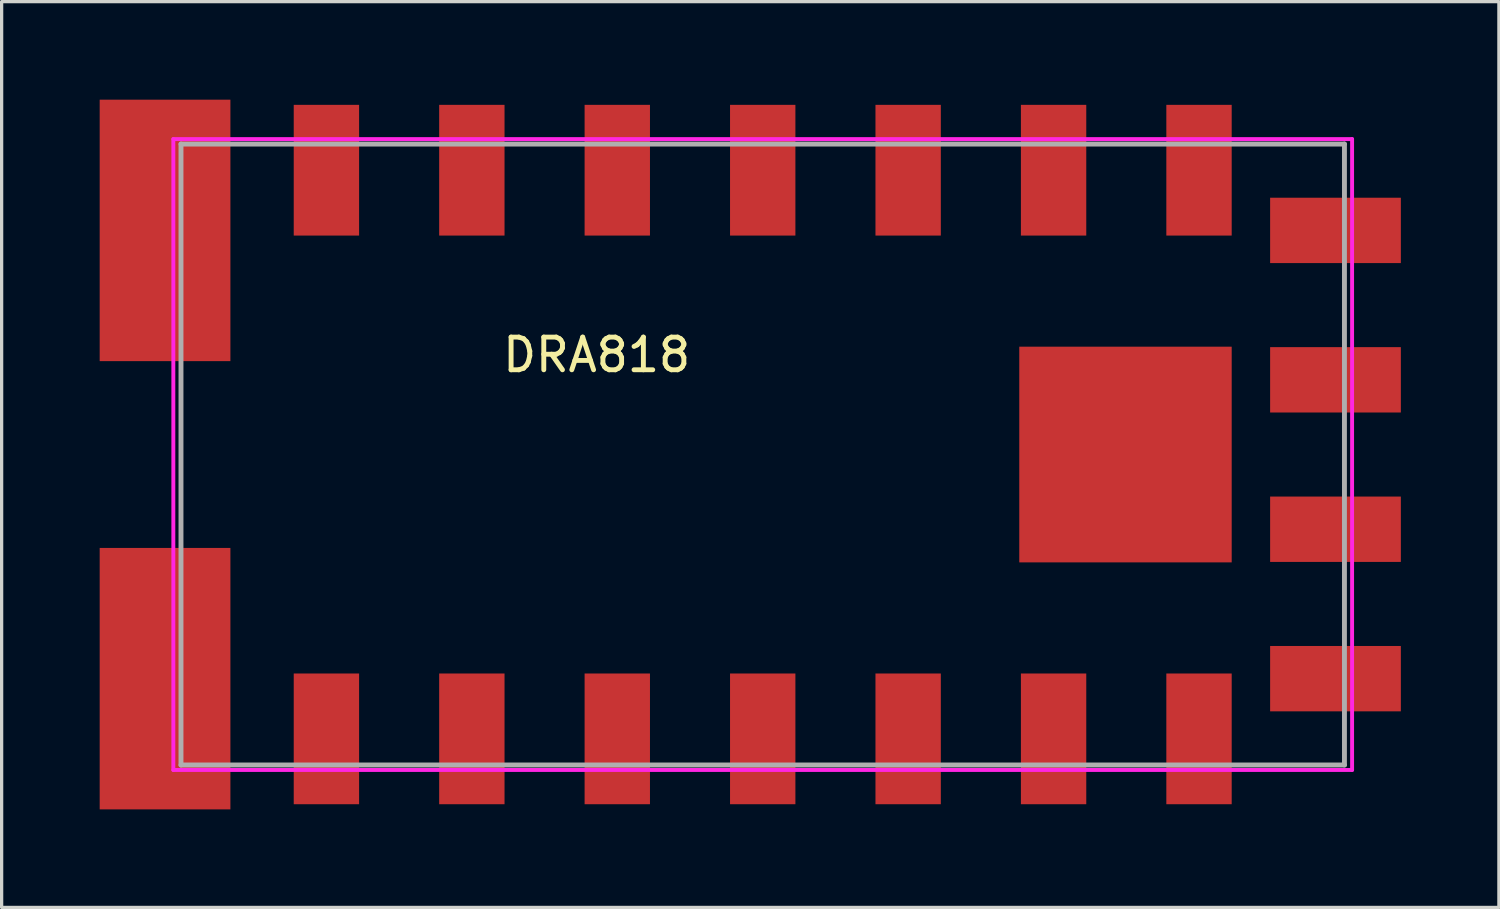
<source format=kicad_pcb>
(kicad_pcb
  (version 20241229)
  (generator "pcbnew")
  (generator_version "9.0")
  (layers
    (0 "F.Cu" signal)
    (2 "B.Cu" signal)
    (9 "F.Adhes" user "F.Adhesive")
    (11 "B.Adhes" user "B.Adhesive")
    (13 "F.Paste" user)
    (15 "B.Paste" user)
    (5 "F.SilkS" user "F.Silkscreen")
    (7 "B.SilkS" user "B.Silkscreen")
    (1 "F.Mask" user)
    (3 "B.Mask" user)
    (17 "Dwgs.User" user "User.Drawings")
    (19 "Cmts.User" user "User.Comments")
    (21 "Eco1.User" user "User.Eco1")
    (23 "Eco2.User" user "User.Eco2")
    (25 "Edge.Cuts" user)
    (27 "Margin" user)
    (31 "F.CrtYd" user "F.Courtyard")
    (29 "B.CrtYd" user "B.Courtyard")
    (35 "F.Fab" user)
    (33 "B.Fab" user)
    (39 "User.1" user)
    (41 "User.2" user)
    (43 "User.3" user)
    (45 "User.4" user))
  (footprint "DRA818"
    (layer "F.Cu")
    (at 20.288 10.858)
    (property "Reference" "DRA818" (at -5.08 -3.048 0) (layer "F.SilkS") (effects (font (size 1 1) (thickness 0.15))))
    (attr through_hole)
    (fp_line (start -18.034 -9.652) (end 18.034 -9.652) (stroke (width 0.12) (type solid)) (layer "F.CrtYd"))
    (fp_line (start -18.034 9.652) (end -18.034 -9.652) (stroke (width 0.12) (type solid)) (layer "F.CrtYd"))
    (fp_line (start 18.034 -9.652) (end 18.034 9.652) (stroke (width 0.12) (type solid)) (layer "F.CrtYd"))
    (fp_line (start 18.034 9.652) (end -18.034 9.652) (stroke (width 0.12) (type solid)) (layer "F.CrtYd"))
    (fp_line (start -17.8 -9.5) (end 17.8 -9.5) (stroke (width 0.15) (type solid)) (layer "F.Fab"))
    (fp_line (start -17.8 9.5) (end -17.8 -9.5) (stroke (width 0.15) (type solid)) (layer "F.Fab"))
    (fp_line (start 17.8 -9.5) (end 17.8 9.5) (stroke (width 0.15) (type solid)) (layer "F.Fab"))
    (fp_line (start 17.8 9.5) (end -17.8 9.5) (stroke (width 0.15) (type solid)) (layer "F.Fab"))
    (pad "1" smd rect (at -13.35 -8.7) (size 2 4) (layers "F.Cu" "F.Mask" "F.Paste"))
    (pad "2" smd rect (at -8.9 -8.7) (size 2 4) (layers "F.Cu" "F.Mask" "F.Paste"))
    (pad "3" smd rect (at -4.45 -8.7) (size 2 4) (layers "F.Cu" "F.Mask" "F.Paste"))
    (pad "4" smd rect (at 0 -8.7) (size 2 4) (layers "F.Cu" "F.Mask" "F.Paste"))
    (pad "5" smd rect (at 4.45 -8.7) (size 2 4) (layers "F.Cu" "F.Mask" "F.Paste"))
    (pad "6" smd rect (at 8.9 -8.7) (size 2 4) (layers "F.Cu" "F.Mask" "F.Paste"))
    (pad "7" smd rect (at 13.35 -8.7) (size 2 4) (layers "F.Cu" "F.Mask" "F.Paste"))
    (pad "8" smd rect (at 17.526 -6.858 90) (size 2 4) (layers "F.Cu" "F.Mask" "F.Paste"))
    (pad "9" smd rect (at 17.526 -2.286 90) (size 2 4) (layers "F.Cu" "F.Mask" "F.Paste"))
    (pad "10" smd rect (at 17.526 2.286 90) (size 2 4) (layers "F.Cu" "F.Mask" "F.Paste"))
    (pad "11" smd rect (at 17.526 6.858 90) (size 2 4) (layers "F.Cu" "F.Mask" "F.Paste"))
    (pad "12" smd rect (at 13.35 8.7) (size 2 4) (layers "F.Cu" "F.Mask" "F.Paste"))
    (pad "13" smd rect (at 8.9 8.7) (size 2 4) (layers "F.Cu" "F.Mask" "F.Paste"))
    (pad "14" smd rect (at 4.45 8.7) (size 2 4) (layers "F.Cu" "F.Mask" "F.Paste"))
    (pad "15" smd rect (at 0 8.7) (size 2 4) (layers "F.Cu" "F.Mask" "F.Paste"))
    (pad "16" smd rect (at -4.45 8.7) (size 2 4) (layers "F.Cu" "F.Mask" "F.Paste"))
    (pad "17" smd rect (at -8.9 8.7) (size 2 4) (layers "F.Cu" "F.Mask" "F.Paste"))
    (pad "18" smd rect (at -13.35 8.7) (size 2 4) (layers "F.Cu" "F.Mask" "F.Paste"))
    (pad "P1" smd rect (at 11.1 0) (size 6.5 6.6) (layers "F.Cu" "F.Mask" "F.Paste"))
    (pad "P2" smd rect (at -18.288 -6.858) (size 4 8) (layers "F.Cu" "F.Mask" "F.Paste"))
    (pad "P3" smd rect (at -18.288 6.858) (size 4 8) (layers "F.Cu" "F.Mask" "F.Paste")))
  (gr_rect
    (start -3 -3)
    (end 42.814 24.716)
    (stroke (width 0.1) (type default))
    (fill no)
    (layer "Edge.Cuts")))
</source>
